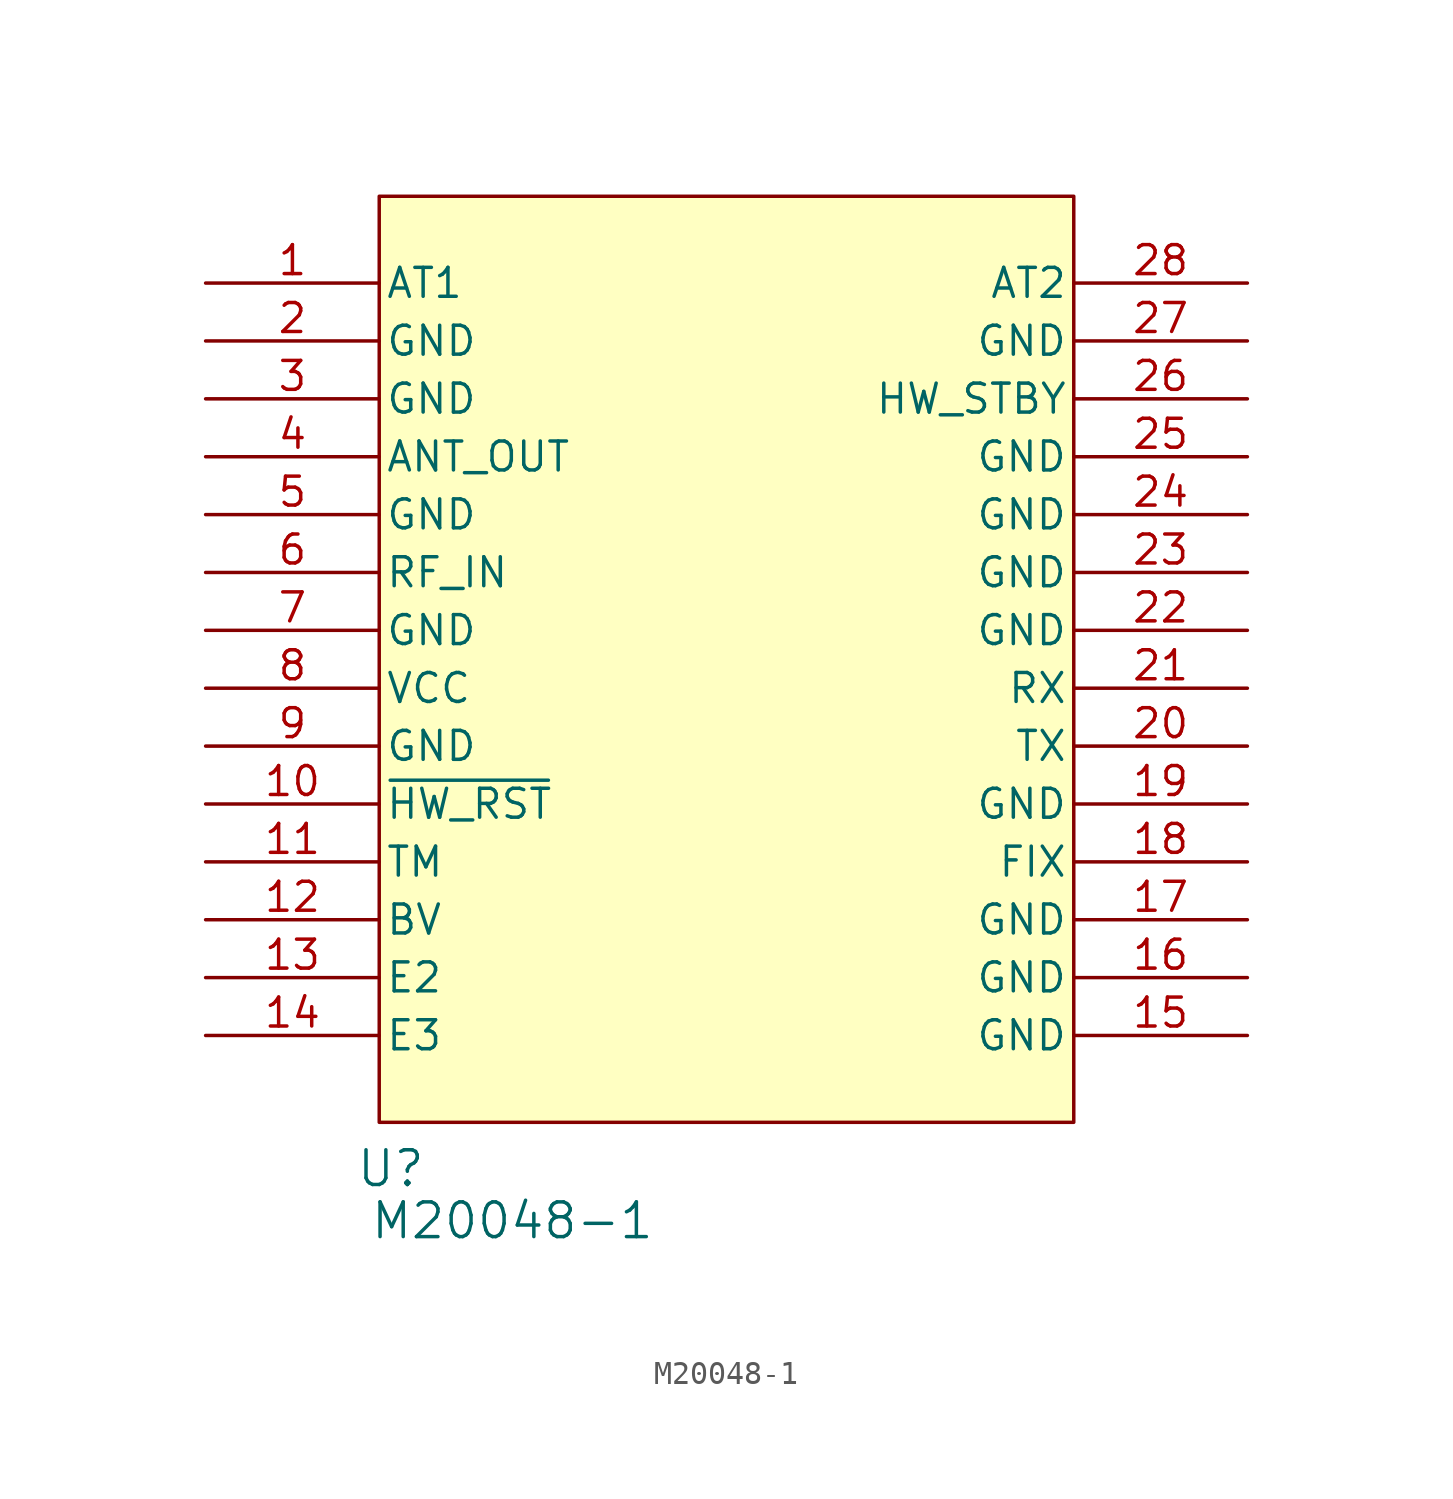
<source format=kicad_sym>
(kicad_symbol_lib
  (version 20241209)
  (generator "kicad_symbol_editor")
  (generator_version "9.0")
  (symbol "M20048-1"
    (pin_names
      (offset 0.254))
    (property "Reference" "U"
      (at 8.128 -38.862 0)
      (effects (font (size 1.524 1.524))))
    (property "Value" "M20048-1"
      (at 13.462 -41.148 0)
      (effects (font (size 1.524 1.524))))
    (symbol "M20048-1_0_1"
      (pin bidirectional line (at 0 0 0) (length 7.62) (name "AT1" (effects (font (size 1.27 1.27)))) (number "1" (effects (font (size 1.27 1.27)))))
      (pin passive line (at 0 -2.54 0) (length 7.62) (name "GND" (effects (font (size 1.27 1.27)))) (number "2" (effects (font (size 1.27 1.27)))))
      (pin passive line (at 0 -5.08 0) (length 7.62) (name "GND" (effects (font (size 1.27 1.27)))) (number "3" (effects (font (size 1.27 1.27)))))
      (pin output line (at 0 -7.62 0) (length 7.62) (name "ANT_OUT" (effects (font (size 1.27 1.27)))) (number "4" (effects (font (size 1.27 1.27)))))
      (pin passive line (at 0 -10.16 0) (length 7.62) (name "GND" (effects (font (size 1.27 1.27)))) (number "5" (effects (font (size 1.27 1.27)))))
      (pin input line (at 0 -12.7 0) (length 7.62) (name "RF_IN" (effects (font (size 1.27 1.27)))) (number "6" (effects (font (size 1.27 1.27)))))
      (pin passive line (at 0 -15.24 0) (length 7.62) (name "GND" (effects (font (size 1.27 1.27)))) (number "7" (effects (font (size 1.27 1.27)))))
      (pin power_in line (at 0 -17.78 0) (length 7.62) (name "VCC" (effects (font (size 1.27 1.27)))) (number "8" (effects (font (size 1.27 1.27)))))
      (pin passive line (at 0 -20.32 0) (length 7.62) (name "GND" (effects (font (size 1.27 1.27)))) (number "9" (effects (font (size 1.27 1.27)))))
      (pin output line (at 0 -25.4 0) (length 7.62) (name "TM" (effects (font (size 1.27 1.27)))) (number "11" (effects (font (size 1.27 1.27)))))
      (pin bidirectional line (at 0 -30.48 0) (length 7.62) (name "E2" (effects (font (size 1.27 1.27)))) (number "13" (effects (font (size 1.27 1.27)))))
      (pin bidirectional line (at 0 -33.02 0) (length 7.62) (name "E3" (effects (font (size 1.27 1.27)))) (number "14" (effects (font (size 1.27 1.27)))))
      (pin bidirectional line (at 45.72 0 180) (length 7.62) (name "AT2" (effects (font (size 1.27 1.27)))) (number "28" (effects (font (size 1.27 1.27)))))
      (pin passive line (at 45.72 -2.54 180) (length 7.62) (name "GND" (effects (font (size 1.27 1.27)))) (number "27" (effects (font (size 1.27 1.27)))))
      (pin passive line (at 45.72 -7.62 180) (length 7.62) (name "GND" (effects (font (size 1.27 1.27)))) (number "25" (effects (font (size 1.27 1.27)))))
      (pin passive line (at 45.72 -10.16 180) (length 7.62) (name "GND" (effects (font (size 1.27 1.27)))) (number "24" (effects (font (size 1.27 1.27)))))
      (pin passive line (at 45.72 -12.7 180) (length 7.62) (name "GND" (effects (font (size 1.27 1.27)))) (number "23" (effects (font (size 1.27 1.27)))))
      (pin passive line (at 45.72 -15.24 180) (length 7.62) (name "GND" (effects (font (size 1.27 1.27)))) (number "22" (effects (font (size 1.27 1.27)))))
      (pin input line (at 45.72 -17.78 180) (length 7.62) (name "RX" (effects (font (size 1.27 1.27)))) (number "21" (effects (font (size 1.27 1.27)))))
      (pin output line (at 45.72 -20.32 180) (length 7.62) (name "TX" (effects (font (size 1.27 1.27)))) (number "20" (effects (font (size 1.27 1.27)))))
      (pin passive line (at 45.72 -22.86 180) (length 7.62) (name "GND" (effects (font (size 1.27 1.27)))) (number "19" (effects (font (size 1.27 1.27)))))
      (pin passive line (at 45.72 -27.94 180) (length 7.62) (name "GND" (effects (font (size 1.27 1.27)))) (number "17" (effects (font (size 1.27 1.27)))))
      (pin passive line (at 45.72 -30.48 180) (length 7.62) (name "GND" (effects (font (size 1.27 1.27)))) (number "16" (effects (font (size 1.27 1.27)))))
      (pin passive line (at 45.72 -33.02 180) (length 7.62) (name "GND" (effects (font (size 1.27 1.27)))) (number "15" (effects (font (size 1.27 1.27))))))
    (symbol "M20048-1_1_1"
      (rectangle (start 7.62 3.81) (end 38.1 -36.83) (stroke (width 0) (type solid)) (fill (type color) (color 255 255 194 1)))
      (pin input line (at 0 -22.86 0) (length 7.62) (name "~{HW_RST}" (effects (font (size 1.27 1.27)))) (number "10" (effects (font (size 1.27 1.27)))))
      (pin passive line (at 0 -27.94 0) (length 7.62) (name "BV" (effects (font (size 1.27 1.27)))) (number "12" (effects (font (size 1.27 1.27)))))
      (pin input line (at 45.72 -5.08 180) (length 7.62) (name "HW_STBY" (effects (font (size 1.27 1.27)))) (number "26" (effects (font (size 1.27 1.27)))))
      (pin output line (at 45.72 -25.4 180) (length 7.62) (name "FIX" (effects (font (size 1.27 1.27)))) (number "18" (effects (font (size 1.27 1.27))))))))
</source>
